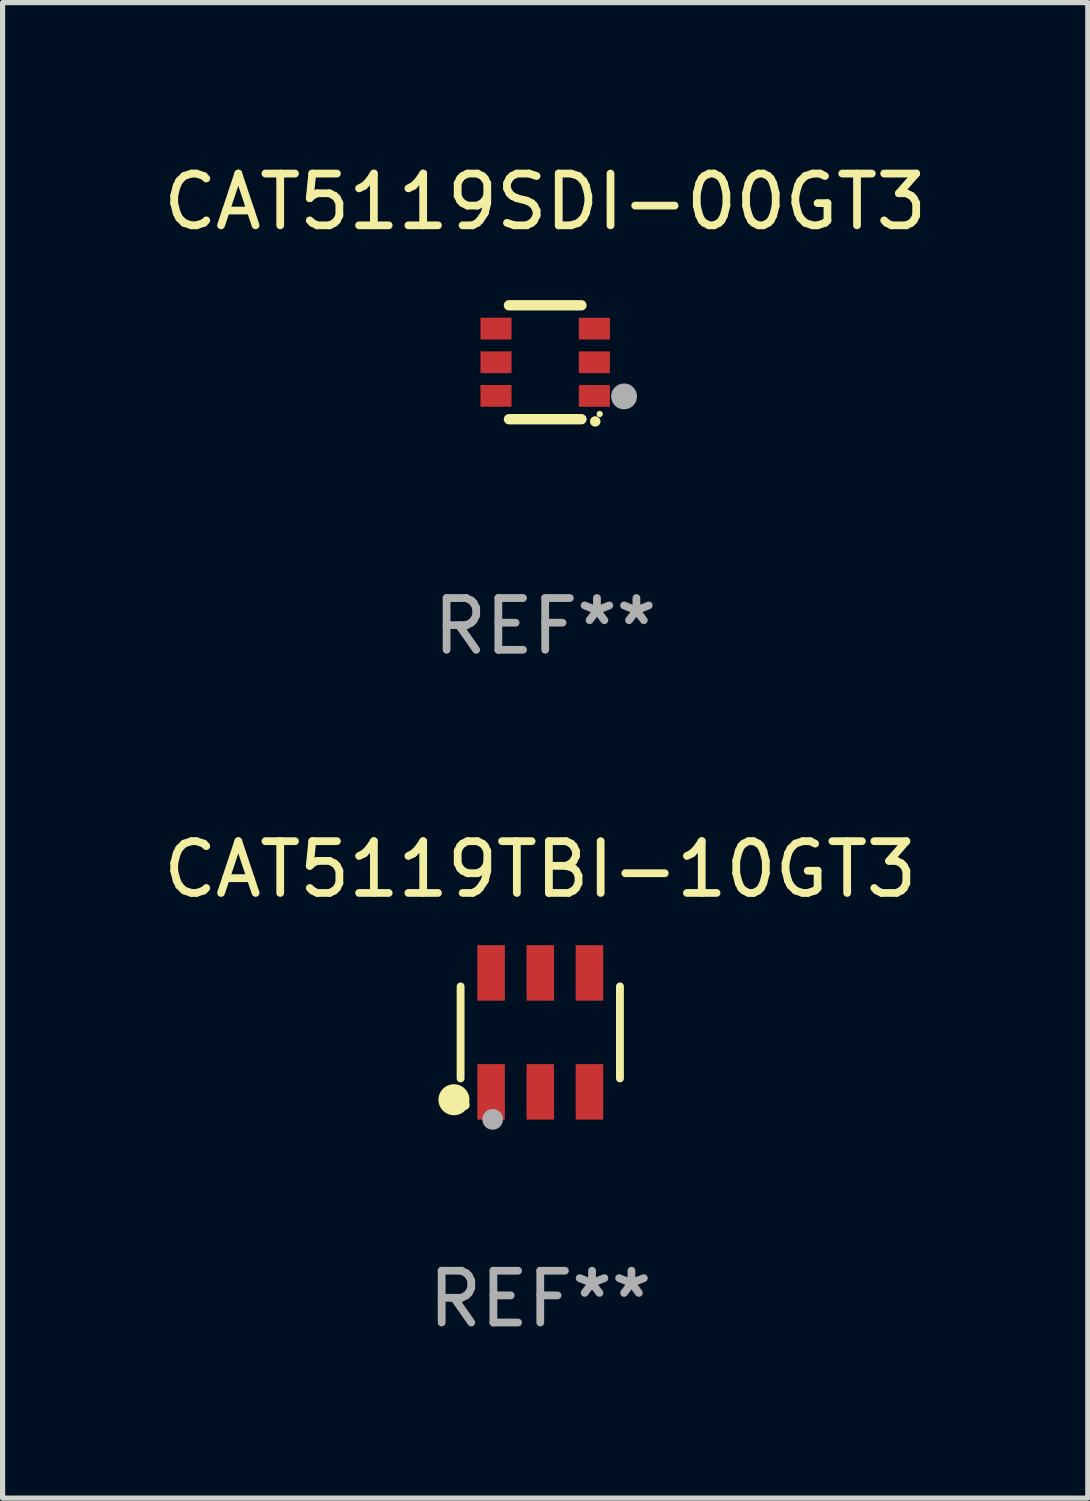
<source format=kicad_pcb>
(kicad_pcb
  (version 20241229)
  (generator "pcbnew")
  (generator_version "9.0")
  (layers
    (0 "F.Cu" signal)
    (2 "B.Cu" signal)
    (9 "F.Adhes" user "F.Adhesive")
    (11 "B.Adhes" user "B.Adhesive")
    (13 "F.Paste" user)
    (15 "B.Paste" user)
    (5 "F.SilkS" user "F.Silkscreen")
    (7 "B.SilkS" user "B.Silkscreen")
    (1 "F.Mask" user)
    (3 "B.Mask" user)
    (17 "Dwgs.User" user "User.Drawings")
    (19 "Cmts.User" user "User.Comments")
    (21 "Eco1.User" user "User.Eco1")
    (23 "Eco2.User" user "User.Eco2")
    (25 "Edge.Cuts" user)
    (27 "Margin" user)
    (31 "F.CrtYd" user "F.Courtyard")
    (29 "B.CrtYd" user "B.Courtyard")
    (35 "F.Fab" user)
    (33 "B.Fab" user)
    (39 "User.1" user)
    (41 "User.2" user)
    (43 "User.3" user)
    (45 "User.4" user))
  (footprint "CAT5119TBI-10GT3"
    (layer "F.Cu")
    (at 7.387 16.894)
    (property "Reference" "CAT5119TBI-10GT3" (at 0 -3.149 0) (layer "F.SilkS") (effects (font (size 1 1) (thickness 0.15))))
    (attr through_hole)
    (fp_line (start -1.539 0.889) (end -1.539 -0.889) (stroke (width 0.152) (type solid)) (layer "F.SilkS"))
    (fp_line (start 1.539 0.889) (end 1.539 -0.889) (stroke (width 0.152) (type solid)) (layer "F.SilkS"))
    (fp_circle (center -1.668 1.301) (end -1.518 1.301) (stroke (width 0.3) (type solid)) (fill no) (layer "F.SilkS"))
    (fp_circle (center -1.463 1.4) (end -1.413 1.4) (stroke (width 0.1) (type solid)) (fill no) (layer "F.SilkS"))
    (fp_circle (center -0.92 1.68) (end -0.82 1.68) (stroke (width 0.2) (type solid)) (fill no) (layer "F.Fab"))
    (fp_text user "REF**" (at 0 5.149 0) (layer "F.Fab") (effects (font (size 1 1) (thickness 0.15))))
    (pad "1" smd rect (at -0.95 1.149) (size 0.532 1.072) (layers "F.Cu" "F.Mask" "F.Paste"))
    (pad "2" smd rect (at 0 1.149) (size 0.532 1.072) (layers "F.Cu" "F.Mask" "F.Paste"))
    (pad "3" smd rect (at 0.95 1.149) (size 0.532 1.072) (layers "F.Cu" "F.Mask" "F.Paste"))
    (pad "4" smd rect (at 0.95 -1.149) (size 0.532 1.072) (layers "F.Cu" "F.Mask" "F.Paste"))
    (pad "5" smd rect (at 0 -1.149) (size 0.532 1.072) (layers "F.Cu" "F.Mask" "F.Paste"))
    (pad "6" smd rect (at -0.95 -1.149) (size 0.532 1.072) (layers "F.Cu" "F.Mask" "F.Paste")))
  (footprint "CAT5119SDI-00GT3"
    (layer "F.Cu")
    (at 7.482 3.948)
    (property "Reference" "CAT5119SDI-00GT3" (at 0 -3.1 0) (layer "F.SilkS") (effects (font (size 1 1) (thickness 0.15))))
    (attr through_hole)
    (fp_line (start -0.7 -1.1) (end 0.7 -1.1) (stroke (width 0.2) (type solid)) (layer "F.SilkS"))
    (fp_line (start -0.7 1.1) (end 0.7 1.1) (stroke (width 0.2) (type solid)) (layer "F.SilkS"))
    (fp_arc (start 0.965202 1.143002) (mid 0.966472 1.142996) (end 0.967742 1.143002) (stroke (width 0.2) (type solid)) (layer "F.SilkS"))
    (fp_circle (center 1.053 1) (end 1.083 1) (stroke (width 0.06) (type solid)) (fill no) (layer "F.SilkS"))
    (fp_circle (center 1.524 0.66) (end 1.649 0.66) (stroke (width 0.25) (type solid)) (fill no) (layer "F.Fab"))
    (fp_text user "REF**" (at 0 5.1 0) (layer "F.Fab") (effects (font (size 1 1) (thickness 0.15))))
    (pad "1" smd rect (at 0.95 0.65 90) (size 0.42 0.6) (layers "F.Cu" "F.Mask" "F.Paste"))
    (pad "2" smd rect (at 0.95 0 90) (size 0.42 0.6) (layers "F.Cu" "F.Mask" "F.Paste"))
    (pad "3" smd rect (at 0.95 -0.65 90) (size 0.42 0.6) (layers "F.Cu" "F.Mask" "F.Paste"))
    (pad "4" smd rect (at -0.95 -0.65 270) (size 0.42 0.6) (layers "F.Cu" "F.Mask" "F.Paste"))
    (pad "5" smd rect (at -0.95 0 270) (size 0.42 0.6) (layers "F.Cu" "F.Mask" "F.Paste"))
    (pad "6" smd rect (at -0.95 0.65 270) (size 0.42 0.6) (layers "F.Cu" "F.Mask" "F.Paste")))
  (gr_rect
    (start -3 -3)
    (end 17.964 25.891)
    (stroke (width 0.1) (type default))
    (fill no)
    (layer "Edge.Cuts")))
</source>
